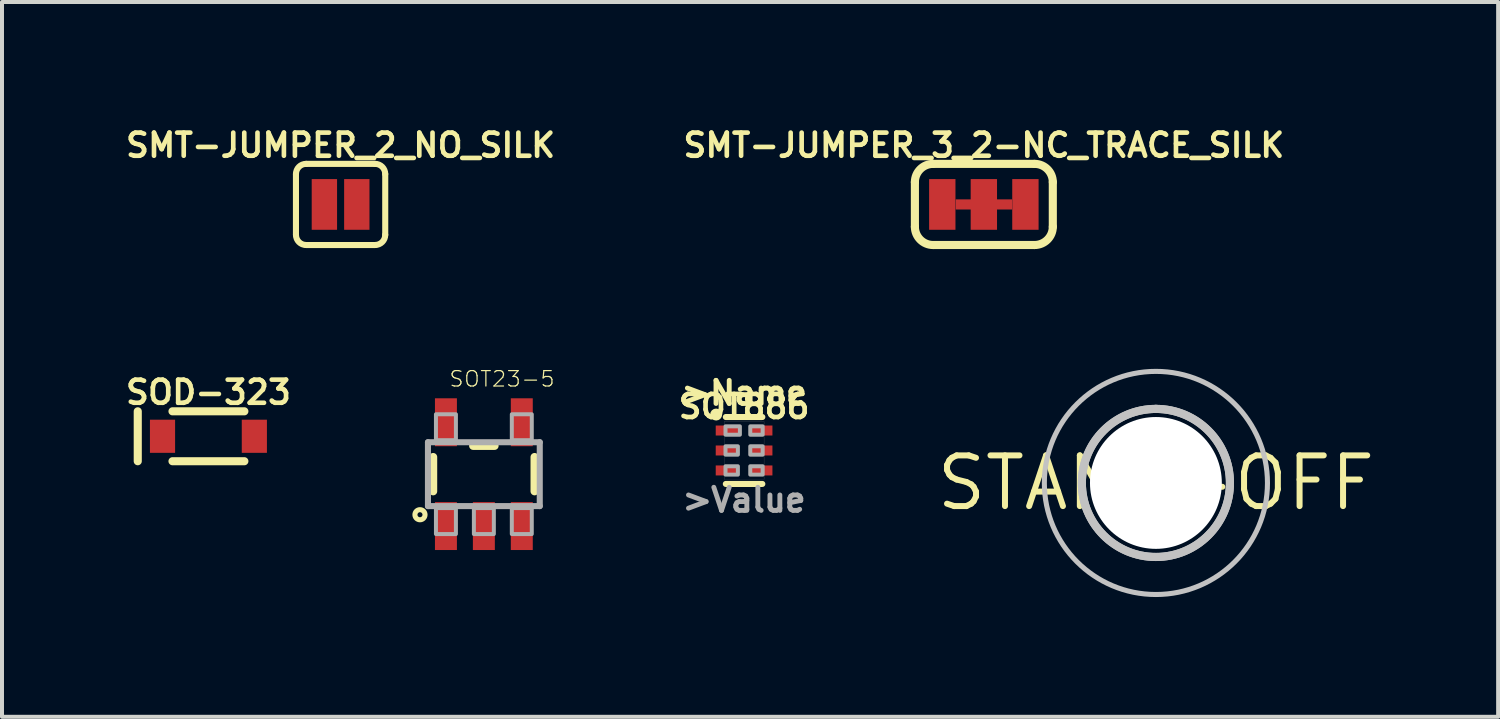
<source format=kicad_pcb>
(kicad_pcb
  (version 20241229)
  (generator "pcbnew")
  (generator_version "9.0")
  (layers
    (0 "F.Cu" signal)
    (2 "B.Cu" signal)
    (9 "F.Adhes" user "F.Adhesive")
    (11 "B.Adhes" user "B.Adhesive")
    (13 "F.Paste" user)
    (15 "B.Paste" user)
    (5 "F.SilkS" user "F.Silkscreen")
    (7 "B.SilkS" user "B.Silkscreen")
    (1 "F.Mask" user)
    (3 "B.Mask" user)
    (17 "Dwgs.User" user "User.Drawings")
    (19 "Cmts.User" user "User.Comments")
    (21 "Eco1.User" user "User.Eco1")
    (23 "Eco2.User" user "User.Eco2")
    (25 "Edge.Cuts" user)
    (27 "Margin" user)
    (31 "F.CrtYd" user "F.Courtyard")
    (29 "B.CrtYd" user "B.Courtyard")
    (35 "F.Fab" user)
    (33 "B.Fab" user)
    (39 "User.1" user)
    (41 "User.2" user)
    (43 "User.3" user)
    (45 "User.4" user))
  (footprint "SOT886"
    (layer "F.Cu")
    (at 15.585 8.232)
    (property "Reference" "SOT886" (at 0 -1.1 180) (layer "F.SilkS") (effects (font (size 0.579 0.579) (thickness 0.116))))
    (attr through_hole)
    (fp_line (start -0.457 -0.838) (end 0.457 -0.838) (stroke (width 0.152) (type solid)) (layer "F.SilkS"))
    (fp_line (start -0.457 0.838) (end 0.457 0.838) (stroke (width 0.152) (type solid)) (layer "F.SilkS"))
    (fp_circle (center -0.7 -0.9) (end -0.625 -0.9) (stroke (width 0.15) (type solid)) (fill no) (layer "F.SilkS"))
    (fp_line (start -0.5 -0.725) (end 0.5 -0.725) (stroke (width 0.003) (type solid)) (layer "F.Fab"))
    (fp_line (start -0.5 0.725) (end -0.5 -0.725) (stroke (width 0.003) (type solid)) (layer "F.Fab"))
    (fp_line (start 0.5 -0.725) (end 0.5 0.725) (stroke (width 0.003) (type solid)) (layer "F.Fab"))
    (fp_line (start 0.5 0.725) (end -0.5 0.725) (stroke (width 0.003) (type solid)) (layer "F.Fab"))
    (fp_poly (pts (xy -0.465 -0.395) (xy -0.105 -0.395) (xy -0.105 -0.605) (xy -0.465 -0.605)) (stroke (width 0.1) (type solid)) (fill no) (layer "F.Fab"))
    (fp_poly (pts (xy -0.465 0.105) (xy -0.155 0.105) (xy -0.155 -0.105) (xy -0.465 -0.105)) (stroke (width 0.1) (type solid)) (fill no) (layer "F.Fab"))
    (fp_poly (pts (xy -0.465 0.605) (xy -0.155 0.605) (xy -0.155 0.395) (xy -0.465 0.395)) (stroke (width 0.1) (type solid)) (fill no) (layer "F.Fab"))
    (fp_poly (pts (xy 0.465 -0.605) (xy 0.155 -0.605) (xy 0.155 -0.395) (xy 0.465 -0.395)) (stroke (width 0.1) (type solid)) (fill no) (layer "F.Fab"))
    (fp_poly (pts (xy 0.465 -0.105) (xy 0.155 -0.105) (xy 0.155 0.105) (xy 0.465 0.105)) (stroke (width 0.1) (type solid)) (fill no) (layer "F.Fab"))
    (fp_poly (pts (xy 0.465 0.395) (xy 0.155 0.395) (xy 0.155 0.605) (xy 0.465 0.605)) (stroke (width 0.1) (type solid)) (fill no) (layer "F.Fab"))
    (fp_text user ">Name" (at 0 -1.1 0) (layer "F.SilkS") (effects (font (size 0.579 0.579) (thickness 0.122)) (justify bottom)))
    (fp_text user ">Value" (at 0 0.9 0) (layer "F.Fab") (effects (font (size 0.579 0.579) (thickness 0.122)) (justify top)))
    (pad "1" smd rect (at -0.405 -0.5) (size 0.61 0.25) (layers "F.Cu" "F.Mask" "F.Paste"))
    (pad "2" smd rect (at -0.43 0) (size 0.56 0.25) (layers "F.Cu" "F.Mask" "F.Paste"))
    (pad "3" smd rect (at -0.43 0.5) (size 0.56 0.25) (layers "F.Cu" "F.Mask" "F.Paste"))
    (pad "4" smd rect (at 0.43 0.5 180) (size 0.56 0.25) (layers "F.Cu" "F.Mask" "F.Paste"))
    (pad "5" smd rect (at 0.43 0 180) (size 0.56 0.25) (layers "F.Cu" "F.Mask" "F.Paste"))
    (pad "6" smd rect (at 0.43 -0.5 180) (size 0.56 0.25) (layers "F.Cu" "F.Mask" "F.Paste")))
  (footprint "SMT-JUMPER_2_NO_SILK"
    (layer "F.Cu")
    (at 5.48 2.07)
    (property "Reference" "SMT-JUMPER_2_NO_SILK" (at 0 -1.143 180) (layer "F.SilkS") (effects (font (size 0.579 0.579) (thickness 0.116)) (justify bottom)))
    (attr through_hole)
    (fp_line (start -1.118 0.762) (end -1.118 -0.762) (stroke (width 0.152) (type solid)) (layer "F.SilkS"))
    (fp_line (start -0.864 -1.016) (end 0.864 -1.016) (stroke (width 0.152) (type solid)) (layer "F.SilkS"))
    (fp_line (start 0.864 1.016) (end -0.864 1.016) (stroke (width 0.152) (type solid)) (layer "F.SilkS"))
    (fp_line (start 1.118 0.762) (end 1.118 -0.762) (stroke (width 0.152) (type solid)) (layer "F.SilkS"))
    (fp_arc (start -1.1176 -0.762) (mid -1.043205 -0.941605) (end -0.8636 -1.016) (stroke (width 0.1524) (type solid)) (layer "F.SilkS"))
    (fp_arc (start -0.8636 1.016) (mid -1.043205 0.941605) (end -1.1176 0.762) (stroke (width 0.1524) (type solid)) (layer "F.SilkS"))
    (fp_arc (start 0.8636 -1.016) (mid 1.043205 -0.941605) (end 1.1176 -0.762) (stroke (width 0.1524) (type solid)) (layer "F.SilkS"))
    (fp_arc (start 1.1176 0.762) (mid 1.043205 0.941605) (end 0.8636 1.016) (stroke (width 0.1524) (type solid)) (layer "F.SilkS"))
    (pad "1" smd rect (at -0.406 0) (size 0.635 1.27) (layers "F.Cu" "F.Mask"))
    (pad "2" smd rect (at 0.406 0) (size 0.635 1.27) (layers "F.Cu" "F.Mask")))
  (footprint "SMT-JUMPER_3_2-NC_TRACE_SILK"
    (layer "F.Cu")
    (at 21.59 2.07)
    (property "Reference" "SMT-JUMPER_3_2-NC_TRACE_SILK" (at 0 -1.143 180) (layer "F.SilkS") (effects (font (size 0.579 0.579) (thickness 0.116)) (justify bottom)))
    (attr through_hole)
    (fp_poly (pts (xy -0.705 -0.127) (xy 0.705 -0.127) (xy 0.705 0.127) (xy -0.705 0.127)) (stroke (width 0) (type solid)) (fill yes) (layer "F.Cu"))
    (fp_poly (pts (xy -0.699 -0.127) (xy -0.318 -0.127) (xy -0.318 0.127) (xy -0.699 0.127)) (stroke (width 0) (type solid)) (fill yes) (layer "F.Mask"))
    (fp_poly (pts (xy 0.318 -0.127) (xy 0.699 -0.127) (xy 0.699 0.127) (xy 0.318 0.127)) (stroke (width 0) (type solid)) (fill yes) (layer "F.Mask"))
    (fp_line (start -1.727 0.559) (end -1.727 -0.559) (stroke (width 0.203) (type solid)) (layer "F.SilkS"))
    (fp_line (start -1.27 -1.016) (end 1.27 -1.016) (stroke (width 0.203) (type solid)) (layer "F.SilkS"))
    (fp_line (start 1.27 1.016) (end -1.27 1.016) (stroke (width 0.203) (type solid)) (layer "F.SilkS"))
    (fp_line (start 1.727 0.559) (end 1.727 -0.559) (stroke (width 0.203) (type solid)) (layer "F.SilkS"))
    (fp_arc (start -1.7272 -0.5588) (mid -1.593289 -0.882089) (end -1.27 -1.016) (stroke (width 0.2032) (type solid)) (layer "F.SilkS"))
    (fp_arc (start -1.27 1.016) (mid -1.593289 0.882089) (end -1.7272 0.5588) (stroke (width 0.2032) (type solid)) (layer "F.SilkS"))
    (fp_arc (start 1.27 -1.016) (mid 1.593289 -0.882089) (end 1.7272 -0.5588) (stroke (width 0.2032) (type solid)) (layer "F.SilkS"))
    (fp_arc (start 1.7272 0.5588) (mid 1.593289 0.882089) (end 1.27 1.016) (stroke (width 0.2032) (type solid)) (layer "F.SilkS"))
    (pad "1" smd rect (at -1.041 0) (size 0.66 1.27) (layers "F.Cu" "F.Mask"))
    (pad "2" smd rect (at 0 0) (size 0.66 1.27) (layers "F.Cu" "F.Mask"))
    (pad "3" smd rect (at 1.041 0) (size 0.66 1.27) (layers "F.Cu" "F.Mask")))
  (footprint "STAND-OFF"
    (layer "F.Cu")
    (at 25.899 9.045)
    (property "Reference" "STAND-OFF" (at 0 0 0) (layer "F.SilkS") (effects (font (size 1.27 1.27) (thickness 0.15))))
    (attr through_hole)
    (fp_arc (start 0 -1.8542) (mid 1.8542 0) (end 0 1.8542) (stroke (width 0.2032) (type solid)) (layer "Dwgs.User"))
    (fp_arc (start 0 -1.8542) (mid 1.8542 0) (end 0 1.8542) (stroke (width 0.2032) (type solid)) (layer "Dwgs.User"))
    (fp_arc (start 0 1.8542) (mid -1.8542 0) (end 0 -1.8542) (stroke (width 0.2032) (type solid)) (layer "Dwgs.User"))
    (fp_arc (start 0 1.8542) (mid -1.8542 0) (end 0 -1.8542) (stroke (width 0.2032) (type solid)) (layer "Dwgs.User"))
    (fp_circle (center 0 0) (end 2.794 0) (stroke (width 0.127) (type solid)) (fill no) (layer "Dwgs.User"))
    (pad "" np_thru_hole circle (at 0 0) (size 3.302 3.302) (drill 3.302) (layers "*.Cu" "*.Mask")))
  (footprint "SOT23-5"
    (layer "F.Cu")
    (at 9.068 8.825)
    (property "Reference" "SOT23-5" (at -0.889 -2.159 0) (layer "F.SilkS") (effects (font (size 0.386 0.386) (thickness 0.031)) (justify left bottom)))
    (attr through_hole)
    (fp_line (start -1.27 0.429) (end -1.27 -0.429) (stroke (width 0.203) (type solid)) (layer "F.SilkS"))
    (fp_line (start -0.268 -0.709) (end 0.268 -0.709) (stroke (width 0.203) (type solid)) (layer "F.SilkS"))
    (fp_line (start 1.27 -0.429) (end 1.27 0.429) (stroke (width 0.203) (type solid)) (layer "F.SilkS"))
    (fp_circle (center -1.6 1.016) (end -1.537 1.016) (stroke (width 0.127) (type solid)) (fill no) (layer "F.SilkS"))
    (fp_line (start -1.4 -0.8) (end -1.4 0.8) (stroke (width 0.152) (type solid)) (layer "F.Fab"))
    (fp_line (start -1.4 -0.8) (end 1.4 -0.8) (stroke (width 0.152) (type solid)) (layer "F.Fab"))
    (fp_line (start 1.4 -0.8) (end 1.4 0.8) (stroke (width 0.152) (type solid)) (layer "F.Fab"))
    (fp_line (start 1.4 0.8) (end -1.4 0.8) (stroke (width 0.152) (type solid)) (layer "F.Fab"))
    (fp_poly (pts (xy -1.2 -0.85) (xy -0.7 -0.85) (xy -0.7 -1.5) (xy -1.2 -1.5)) (stroke (width 0.1) (type solid)) (fill no) (layer "F.Fab"))
    (fp_poly (pts (xy -1.2 1.5) (xy -0.7 1.5) (xy -0.7 0.85) (xy -1.2 0.85)) (stroke (width 0.1) (type solid)) (fill no) (layer "F.Fab"))
    (fp_poly (pts (xy -0.25 1.5) (xy 0.25 1.5) (xy 0.25 0.85) (xy -0.25 0.85)) (stroke (width 0.1) (type solid)) (fill no) (layer "F.Fab"))
    (fp_poly (pts (xy 0.7 -0.85) (xy 1.2 -0.85) (xy 1.2 -1.5) (xy 0.7 -1.5)) (stroke (width 0.1) (type solid)) (fill no) (layer "F.Fab"))
    (fp_poly (pts (xy 0.7 1.5) (xy 1.2 1.5) (xy 1.2 0.85) (xy 0.7 0.85)) (stroke (width 0.1) (type solid)) (fill no) (layer "F.Fab"))
    (pad "1" smd rect (at -0.95 1.3) (size 0.55 1.2) (layers "F.Cu" "F.Mask" "F.Paste"))
    (pad "2" smd rect (at 0 1.3) (size 0.55 1.2) (layers "F.Cu" "F.Mask" "F.Paste"))
    (pad "3" smd rect (at 0.95 1.3) (size 0.55 1.2) (layers "F.Cu" "F.Mask" "F.Paste"))
    (pad "4" smd rect (at 0.95 -1.3) (size 0.55 1.2) (layers "F.Cu" "F.Mask" "F.Paste"))
    (pad "5" smd rect (at -0.95 -1.3) (size 0.55 1.2) (layers "F.Cu" "F.Mask" "F.Paste")))
  (footprint "SOD-323"
    (layer "F.Cu")
    (at 2.17 7.876)
    (property "Reference" "SOD-323" (at 0 -0.762 0) (layer "F.SilkS") (effects (font (size 0.579 0.579) (thickness 0.116)) (justify bottom)))
    (attr through_hole)
    (fp_line (start -1.77 -0.625) (end -1.77 0.625) (stroke (width 0.203) (type solid)) (layer "F.SilkS"))
    (fp_line (start -0.9 -0.625) (end 0.9 -0.625) (stroke (width 0.203) (type solid)) (layer "F.SilkS"))
    (fp_line (start -0.9 0.625) (end 0.9 0.625) (stroke (width 0.203) (type solid)) (layer "F.SilkS"))
    (pad "A" smd rect (at 1.15 0) (size 0.63 0.83) (layers "F.Cu" "F.Mask" "F.Paste"))
    (pad "C" smd rect (at -1.15 0) (size 0.63 0.83) (layers "F.Cu" "F.Mask" "F.Paste")))
  (gr_rect
    (start -3 -3)
    (end 34.47 14.902)
    (stroke (width 0.1) (type default))
    (fill no)
    (layer "Edge.Cuts")))
</source>
